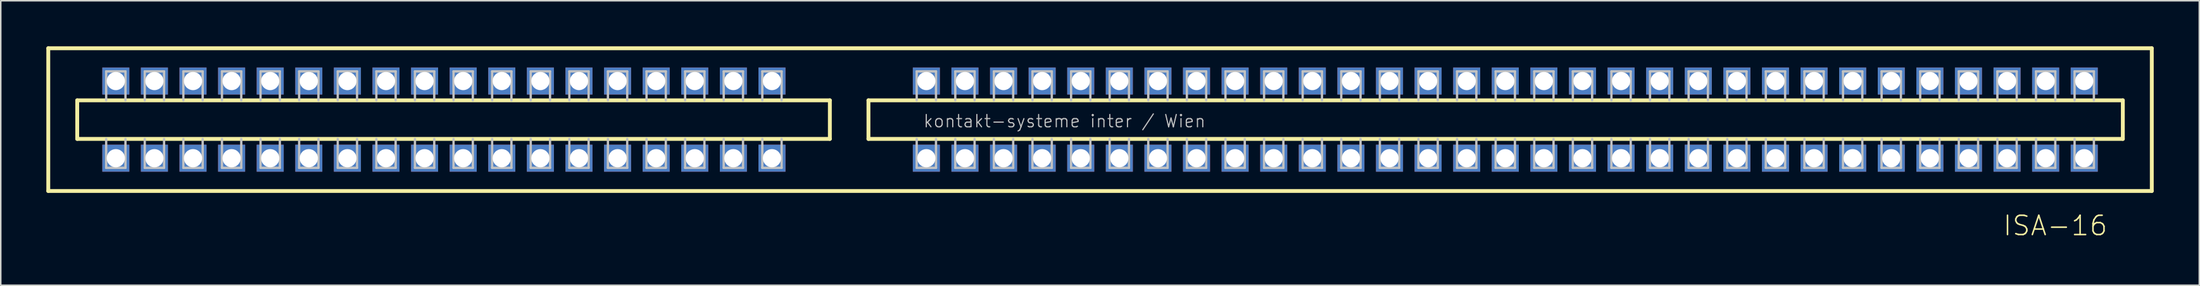
<source format=kicad_pcb>
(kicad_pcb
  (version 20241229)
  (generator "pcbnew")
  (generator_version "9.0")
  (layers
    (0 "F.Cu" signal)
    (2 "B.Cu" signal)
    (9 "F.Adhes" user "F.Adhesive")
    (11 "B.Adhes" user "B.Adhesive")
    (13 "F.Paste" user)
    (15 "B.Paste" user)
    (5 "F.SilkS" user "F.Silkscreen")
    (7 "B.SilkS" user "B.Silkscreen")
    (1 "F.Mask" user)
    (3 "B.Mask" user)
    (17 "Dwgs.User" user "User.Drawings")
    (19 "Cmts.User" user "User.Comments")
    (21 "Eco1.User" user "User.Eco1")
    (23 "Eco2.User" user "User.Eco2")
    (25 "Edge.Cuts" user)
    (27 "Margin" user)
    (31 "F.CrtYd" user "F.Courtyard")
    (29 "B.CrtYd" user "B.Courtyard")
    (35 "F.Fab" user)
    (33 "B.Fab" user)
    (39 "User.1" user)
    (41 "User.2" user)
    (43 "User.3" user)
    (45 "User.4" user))
  (footprint "ISA-16"
    (layer "F.Cu")
    (at 52.832 4.826)
    (property "Reference" "ISA-16" (at 79.375 6.985 0) (layer "F.SilkS") (effects (font (size 1.27 1.27) (thickness 0.102))))
    (attr exclude_from_pos_files exclude_from_bom)
    (fp_line (start -52.705 -4.699) (end -52.705 4.699) (stroke (width 0.254) (type solid)) (layer "F.SilkS"))
    (fp_line (start -52.705 4.699) (end 85.725 4.699) (stroke (width 0.254) (type solid)) (layer "F.SilkS"))
    (fp_line (start -50.8 -1.27) (end -50.8 1.27) (stroke (width 0.254) (type solid)) (layer "F.SilkS"))
    (fp_line (start -50.8 1.27) (end -1.27 1.27) (stroke (width 0.254) (type solid)) (layer "F.SilkS"))
    (fp_line (start -1.27 -1.27) (end -50.8 -1.27) (stroke (width 0.254) (type solid)) (layer "F.SilkS"))
    (fp_line (start -1.27 -1.27) (end -1.27 1.27) (stroke (width 0.254) (type solid)) (layer "F.SilkS"))
    (fp_line (start 1.27 -1.27) (end 1.27 1.27) (stroke (width 0.254) (type solid)) (layer "F.SilkS"))
    (fp_line (start 1.27 1.27) (end 83.82 1.27) (stroke (width 0.254) (type solid)) (layer "F.SilkS"))
    (fp_line (start 83.82 -1.27) (end 1.27 -1.27) (stroke (width 0.254) (type solid)) (layer "F.SilkS"))
    (fp_line (start 83.82 1.27) (end 83.82 -1.27) (stroke (width 0.254) (type solid)) (layer "F.SilkS"))
    (fp_line (start 85.725 -4.699) (end -52.705 -4.699) (stroke (width 0.254) (type solid)) (layer "F.SilkS"))
    (fp_line (start 85.725 4.699) (end 85.725 -4.699) (stroke (width 0.254) (type solid)) (layer "F.SilkS"))
    (fp_line (start -48.895 -3.175) (end -48.895 -1.27) (stroke (width 0.152) (type solid)) (layer "Dwgs.User"))
    (fp_line (start -48.895 1.27) (end -48.895 3.175) (stroke (width 0.152) (type solid)) (layer "Dwgs.User"))
    (fp_line (start -48.895 3.175) (end -47.625 3.175) (stroke (width 0.152) (type solid)) (layer "Dwgs.User"))
    (fp_line (start -47.625 -3.175) (end -48.895 -3.175) (stroke (width 0.152) (type solid)) (layer "Dwgs.User"))
    (fp_line (start -47.625 -1.27) (end -47.625 -3.175) (stroke (width 0.152) (type solid)) (layer "Dwgs.User"))
    (fp_line (start -47.625 3.175) (end -47.625 1.27) (stroke (width 0.152) (type solid)) (layer "Dwgs.User"))
    (fp_line (start -46.355 -3.175) (end -46.355 -1.27) (stroke (width 0.152) (type solid)) (layer "Dwgs.User"))
    (fp_line (start -46.355 1.27) (end -46.355 3.175) (stroke (width 0.152) (type solid)) (layer "Dwgs.User"))
    (fp_line (start -46.355 3.175) (end -45.085 3.175) (stroke (width 0.152) (type solid)) (layer "Dwgs.User"))
    (fp_line (start -45.085 -3.175) (end -46.355 -3.175) (stroke (width 0.152) (type solid)) (layer "Dwgs.User"))
    (fp_line (start -45.085 -1.27) (end -45.085 -3.175) (stroke (width 0.152) (type solid)) (layer "Dwgs.User"))
    (fp_line (start -45.085 3.175) (end -45.085 1.27) (stroke (width 0.152) (type solid)) (layer "Dwgs.User"))
    (fp_line (start -43.815 -3.175) (end -43.815 -1.27) (stroke (width 0.152) (type solid)) (layer "Dwgs.User"))
    (fp_line (start -43.815 1.27) (end -43.815 3.175) (stroke (width 0.152) (type solid)) (layer "Dwgs.User"))
    (fp_line (start -43.815 3.175) (end -42.545 3.175) (stroke (width 0.152) (type solid)) (layer "Dwgs.User"))
    (fp_line (start -42.545 -3.175) (end -43.815 -3.175) (stroke (width 0.152) (type solid)) (layer "Dwgs.User"))
    (fp_line (start -42.545 -1.27) (end -42.545 -3.175) (stroke (width 0.152) (type solid)) (layer "Dwgs.User"))
    (fp_line (start -42.545 3.175) (end -42.545 1.27) (stroke (width 0.152) (type solid)) (layer "Dwgs.User"))
    (fp_line (start -41.275 -3.175) (end -41.275 -1.27) (stroke (width 0.152) (type solid)) (layer "Dwgs.User"))
    (fp_line (start -41.275 1.27) (end -41.275 3.175) (stroke (width 0.152) (type solid)) (layer "Dwgs.User"))
    (fp_line (start -41.275 3.175) (end -40.005 3.175) (stroke (width 0.152) (type solid)) (layer "Dwgs.User"))
    (fp_line (start -40.005 -3.175) (end -41.275 -3.175) (stroke (width 0.152) (type solid)) (layer "Dwgs.User"))
    (fp_line (start -40.005 -1.27) (end -40.005 -3.175) (stroke (width 0.152) (type solid)) (layer "Dwgs.User"))
    (fp_line (start -40.005 3.175) (end -40.005 1.27) (stroke (width 0.152) (type solid)) (layer "Dwgs.User"))
    (fp_line (start -38.735 -3.175) (end -38.735 -1.27) (stroke (width 0.152) (type solid)) (layer "Dwgs.User"))
    (fp_line (start -38.735 1.27) (end -38.735 3.175) (stroke (width 0.152) (type solid)) (layer "Dwgs.User"))
    (fp_line (start -38.735 3.175) (end -37.465 3.175) (stroke (width 0.152) (type solid)) (layer "Dwgs.User"))
    (fp_line (start -37.465 -3.175) (end -38.735 -3.175) (stroke (width 0.152) (type solid)) (layer "Dwgs.User"))
    (fp_line (start -37.465 -1.27) (end -37.465 -3.175) (stroke (width 0.152) (type solid)) (layer "Dwgs.User"))
    (fp_line (start -37.465 3.175) (end -37.465 1.27) (stroke (width 0.152) (type solid)) (layer "Dwgs.User"))
    (fp_line (start -36.195 -3.175) (end -36.195 -1.27) (stroke (width 0.152) (type solid)) (layer "Dwgs.User"))
    (fp_line (start -36.195 1.27) (end -36.195 3.175) (stroke (width 0.152) (type solid)) (layer "Dwgs.User"))
    (fp_line (start -36.195 3.175) (end -34.925 3.175) (stroke (width 0.152) (type solid)) (layer "Dwgs.User"))
    (fp_line (start -34.925 -3.175) (end -36.195 -3.175) (stroke (width 0.152) (type solid)) (layer "Dwgs.User"))
    (fp_line (start -34.925 -1.27) (end -34.925 -3.175) (stroke (width 0.152) (type solid)) (layer "Dwgs.User"))
    (fp_line (start -34.925 3.175) (end -34.925 1.27) (stroke (width 0.152) (type solid)) (layer "Dwgs.User"))
    (fp_line (start -33.655 -3.175) (end -33.655 -1.27) (stroke (width 0.152) (type solid)) (layer "Dwgs.User"))
    (fp_line (start -33.655 1.27) (end -33.655 3.175) (stroke (width 0.152) (type solid)) (layer "Dwgs.User"))
    (fp_line (start -33.655 3.175) (end -32.385 3.175) (stroke (width 0.152) (type solid)) (layer "Dwgs.User"))
    (fp_line (start -32.385 -3.175) (end -33.655 -3.175) (stroke (width 0.152) (type solid)) (layer "Dwgs.User"))
    (fp_line (start -32.385 -1.27) (end -32.385 -3.175) (stroke (width 0.152) (type solid)) (layer "Dwgs.User"))
    (fp_line (start -32.385 3.175) (end -32.385 1.27) (stroke (width 0.152) (type solid)) (layer "Dwgs.User"))
    (fp_line (start -31.115 -3.175) (end -31.115 -1.27) (stroke (width 0.152) (type solid)) (layer "Dwgs.User"))
    (fp_line (start -31.115 1.27) (end -31.115 3.175) (stroke (width 0.152) (type solid)) (layer "Dwgs.User"))
    (fp_line (start -31.115 3.175) (end -29.845 3.175) (stroke (width 0.152) (type solid)) (layer "Dwgs.User"))
    (fp_line (start -29.845 -3.175) (end -31.115 -3.175) (stroke (width 0.152) (type solid)) (layer "Dwgs.User"))
    (fp_line (start -29.845 -1.27) (end -29.845 -3.175) (stroke (width 0.152) (type solid)) (layer "Dwgs.User"))
    (fp_line (start -29.845 3.175) (end -29.845 1.27) (stroke (width 0.152) (type solid)) (layer "Dwgs.User"))
    (fp_line (start -28.575 -3.175) (end -28.575 -1.27) (stroke (width 0.152) (type solid)) (layer "Dwgs.User"))
    (fp_line (start -28.575 1.27) (end -28.575 3.175) (stroke (width 0.152) (type solid)) (layer "Dwgs.User"))
    (fp_line (start -28.575 3.175) (end -27.305 3.175) (stroke (width 0.152) (type solid)) (layer "Dwgs.User"))
    (fp_line (start -27.305 -3.175) (end -28.575 -3.175) (stroke (width 0.152) (type solid)) (layer "Dwgs.User"))
    (fp_line (start -27.305 -1.27) (end -27.305 -3.175) (stroke (width 0.152) (type solid)) (layer "Dwgs.User"))
    (fp_line (start -27.305 3.175) (end -27.305 1.27) (stroke (width 0.152) (type solid)) (layer "Dwgs.User"))
    (fp_line (start -26.035 -3.175) (end -26.035 -1.27) (stroke (width 0.152) (type solid)) (layer "Dwgs.User"))
    (fp_line (start -26.035 1.27) (end -26.035 3.175) (stroke (width 0.152) (type solid)) (layer "Dwgs.User"))
    (fp_line (start -26.035 3.175) (end -24.765 3.175) (stroke (width 0.152) (type solid)) (layer "Dwgs.User"))
    (fp_line (start -24.765 -3.175) (end -26.035 -3.175) (stroke (width 0.152) (type solid)) (layer "Dwgs.User"))
    (fp_line (start -24.765 -1.27) (end -24.765 -3.175) (stroke (width 0.152) (type solid)) (layer "Dwgs.User"))
    (fp_line (start -24.765 3.175) (end -24.765 1.27) (stroke (width 0.152) (type solid)) (layer "Dwgs.User"))
    (fp_line (start -23.495 -3.175) (end -23.495 -1.27) (stroke (width 0.152) (type solid)) (layer "Dwgs.User"))
    (fp_line (start -23.495 1.27) (end -23.495 3.175) (stroke (width 0.152) (type solid)) (layer "Dwgs.User"))
    (fp_line (start -23.495 3.175) (end -22.225 3.175) (stroke (width 0.152) (type solid)) (layer "Dwgs.User"))
    (fp_line (start -22.225 -3.175) (end -23.495 -3.175) (stroke (width 0.152) (type solid)) (layer "Dwgs.User"))
    (fp_line (start -22.225 -1.27) (end -22.225 -3.175) (stroke (width 0.152) (type solid)) (layer "Dwgs.User"))
    (fp_line (start -22.225 3.175) (end -22.225 1.27) (stroke (width 0.152) (type solid)) (layer "Dwgs.User"))
    (fp_line (start -20.955 -3.175) (end -20.955 -1.27) (stroke (width 0.152) (type solid)) (layer "Dwgs.User"))
    (fp_line (start -20.955 1.27) (end -20.955 3.175) (stroke (width 0.152) (type solid)) (layer "Dwgs.User"))
    (fp_line (start -20.955 3.175) (end -19.685 3.175) (stroke (width 0.152) (type solid)) (layer "Dwgs.User"))
    (fp_line (start -19.685 -3.175) (end -20.955 -3.175) (stroke (width 0.152) (type solid)) (layer "Dwgs.User"))
    (fp_line (start -19.685 -1.27) (end -19.685 -3.175) (stroke (width 0.152) (type solid)) (layer "Dwgs.User"))
    (fp_line (start -19.685 3.175) (end -19.685 1.27) (stroke (width 0.152) (type solid)) (layer "Dwgs.User"))
    (fp_line (start -18.415 -3.175) (end -18.415 -1.27) (stroke (width 0.152) (type solid)) (layer "Dwgs.User"))
    (fp_line (start -18.415 1.27) (end -18.415 3.175) (stroke (width 0.152) (type solid)) (layer "Dwgs.User"))
    (fp_line (start -18.415 3.175) (end -17.145 3.175) (stroke (width 0.152) (type solid)) (layer "Dwgs.User"))
    (fp_line (start -17.145 -3.175) (end -18.415 -3.175) (stroke (width 0.152) (type solid)) (layer "Dwgs.User"))
    (fp_line (start -17.145 -1.27) (end -17.145 -3.175) (stroke (width 0.152) (type solid)) (layer "Dwgs.User"))
    (fp_line (start -17.145 3.175) (end -17.145 1.27) (stroke (width 0.152) (type solid)) (layer "Dwgs.User"))
    (fp_line (start -15.875 -3.175) (end -15.875 -1.27) (stroke (width 0.152) (type solid)) (layer "Dwgs.User"))
    (fp_line (start -15.875 1.27) (end -15.875 3.175) (stroke (width 0.152) (type solid)) (layer "Dwgs.User"))
    (fp_line (start -15.875 3.175) (end -14.605 3.175) (stroke (width 0.152) (type solid)) (layer "Dwgs.User"))
    (fp_line (start -14.605 -3.175) (end -15.875 -3.175) (stroke (width 0.152) (type solid)) (layer "Dwgs.User"))
    (fp_line (start -14.605 -1.27) (end -14.605 -3.175) (stroke (width 0.152) (type solid)) (layer "Dwgs.User"))
    (fp_line (start -14.605 3.175) (end -14.605 1.27) (stroke (width 0.152) (type solid)) (layer "Dwgs.User"))
    (fp_line (start -13.335 -3.175) (end -13.335 -1.27) (stroke (width 0.152) (type solid)) (layer "Dwgs.User"))
    (fp_line (start -13.335 1.27) (end -13.335 3.175) (stroke (width 0.152) (type solid)) (layer "Dwgs.User"))
    (fp_line (start -13.335 3.175) (end -12.065 3.175) (stroke (width 0.152) (type solid)) (layer "Dwgs.User"))
    (fp_line (start -12.065 -3.175) (end -13.335 -3.175) (stroke (width 0.152) (type solid)) (layer "Dwgs.User"))
    (fp_line (start -12.065 -1.27) (end -12.065 -3.175) (stroke (width 0.152) (type solid)) (layer "Dwgs.User"))
    (fp_line (start -12.065 3.175) (end -12.065 1.27) (stroke (width 0.152) (type solid)) (layer "Dwgs.User"))
    (fp_line (start -10.795 -3.175) (end -10.795 -1.27) (stroke (width 0.152) (type solid)) (layer "Dwgs.User"))
    (fp_line (start -10.795 1.27) (end -10.795 3.175) (stroke (width 0.152) (type solid)) (layer "Dwgs.User"))
    (fp_line (start -10.795 3.175) (end -9.525 3.175) (stroke (width 0.152) (type solid)) (layer "Dwgs.User"))
    (fp_line (start -9.525 -3.175) (end -10.795 -3.175) (stroke (width 0.152) (type solid)) (layer "Dwgs.User"))
    (fp_line (start -9.525 -1.27) (end -9.525 -3.175) (stroke (width 0.152) (type solid)) (layer "Dwgs.User"))
    (fp_line (start -9.525 3.175) (end -9.525 1.27) (stroke (width 0.152) (type solid)) (layer "Dwgs.User"))
    (fp_line (start -8.255 -3.175) (end -8.255 -1.27) (stroke (width 0.152) (type solid)) (layer "Dwgs.User"))
    (fp_line (start -8.255 1.27) (end -8.255 3.175) (stroke (width 0.152) (type solid)) (layer "Dwgs.User"))
    (fp_line (start -8.255 3.175) (end -6.985 3.175) (stroke (width 0.152) (type solid)) (layer "Dwgs.User"))
    (fp_line (start -6.985 -3.175) (end -8.255 -3.175) (stroke (width 0.152) (type solid)) (layer "Dwgs.User"))
    (fp_line (start -6.985 -1.27) (end -6.985 -3.175) (stroke (width 0.152) (type solid)) (layer "Dwgs.User"))
    (fp_line (start -6.985 3.175) (end -6.985 1.27) (stroke (width 0.152) (type solid)) (layer "Dwgs.User"))
    (fp_line (start -5.715 -3.175) (end -5.715 -1.27) (stroke (width 0.152) (type solid)) (layer "Dwgs.User"))
    (fp_line (start -5.715 1.27) (end -5.715 3.175) (stroke (width 0.152) (type solid)) (layer "Dwgs.User"))
    (fp_line (start -5.715 3.175) (end -4.445 3.175) (stroke (width 0.152) (type solid)) (layer "Dwgs.User"))
    (fp_line (start -4.445 -3.175) (end -5.715 -3.175) (stroke (width 0.152) (type solid)) (layer "Dwgs.User"))
    (fp_line (start -4.445 -1.27) (end -4.445 -3.175) (stroke (width 0.152) (type solid)) (layer "Dwgs.User"))
    (fp_line (start -4.445 3.175) (end -4.445 1.27) (stroke (width 0.152) (type solid)) (layer "Dwgs.User"))
    (fp_line (start 4.445 -3.175) (end 4.445 -1.27) (stroke (width 0.152) (type solid)) (layer "Dwgs.User"))
    (fp_line (start 4.445 1.27) (end 4.445 3.175) (stroke (width 0.152) (type solid)) (layer "Dwgs.User"))
    (fp_line (start 4.445 3.175) (end 5.715 3.175) (stroke (width 0.152) (type solid)) (layer "Dwgs.User"))
    (fp_line (start 5.715 -3.175) (end 4.445 -3.175) (stroke (width 0.152) (type solid)) (layer "Dwgs.User"))
    (fp_line (start 5.715 -1.27) (end 5.715 -3.175) (stroke (width 0.152) (type solid)) (layer "Dwgs.User"))
    (fp_line (start 5.715 3.175) (end 5.715 1.27) (stroke (width 0.152) (type solid)) (layer "Dwgs.User"))
    (fp_line (start 6.985 -3.175) (end 6.985 -1.27) (stroke (width 0.152) (type solid)) (layer "Dwgs.User"))
    (fp_line (start 6.985 1.27) (end 6.985 3.175) (stroke (width 0.152) (type solid)) (layer "Dwgs.User"))
    (fp_line (start 6.985 3.175) (end 8.255 3.175) (stroke (width 0.152) (type solid)) (layer "Dwgs.User"))
    (fp_line (start 8.255 -3.175) (end 6.985 -3.175) (stroke (width 0.152) (type solid)) (layer "Dwgs.User"))
    (fp_line (start 8.255 -1.27) (end 8.255 -3.175) (stroke (width 0.152) (type solid)) (layer "Dwgs.User"))
    (fp_line (start 8.255 3.175) (end 8.255 1.27) (stroke (width 0.152) (type solid)) (layer "Dwgs.User"))
    (fp_line (start 9.525 -3.175) (end 9.525 -1.27) (stroke (width 0.152) (type solid)) (layer "Dwgs.User"))
    (fp_line (start 9.525 1.27) (end 9.525 3.175) (stroke (width 0.152) (type solid)) (layer "Dwgs.User"))
    (fp_line (start 9.525 3.175) (end 10.795 3.175) (stroke (width 0.152) (type solid)) (layer "Dwgs.User"))
    (fp_line (start 10.795 -3.175) (end 9.525 -3.175) (stroke (width 0.152) (type solid)) (layer "Dwgs.User"))
    (fp_line (start 10.795 -1.27) (end 10.795 -3.175) (stroke (width 0.152) (type solid)) (layer "Dwgs.User"))
    (fp_line (start 10.795 3.175) (end 10.795 1.27) (stroke (width 0.152) (type solid)) (layer "Dwgs.User"))
    (fp_line (start 12.065 -3.175) (end 12.065 -1.27) (stroke (width 0.152) (type solid)) (layer "Dwgs.User"))
    (fp_line (start 12.065 1.27) (end 12.065 3.175) (stroke (width 0.152) (type solid)) (layer "Dwgs.User"))
    (fp_line (start 12.065 3.175) (end 13.335 3.175) (stroke (width 0.152) (type solid)) (layer "Dwgs.User"))
    (fp_line (start 13.335 -3.175) (end 12.065 -3.175) (stroke (width 0.152) (type solid)) (layer "Dwgs.User"))
    (fp_line (start 13.335 -1.27) (end 13.335 -3.175) (stroke (width 0.152) (type solid)) (layer "Dwgs.User"))
    (fp_line (start 13.335 3.175) (end 13.335 1.27) (stroke (width 0.152) (type solid)) (layer "Dwgs.User"))
    (fp_line (start 14.605 -3.175) (end 14.605 -1.27) (stroke (width 0.152) (type solid)) (layer "Dwgs.User"))
    (fp_line (start 14.605 1.27) (end 14.605 3.175) (stroke (width 0.152) (type solid)) (layer "Dwgs.User"))
    (fp_line (start 14.605 3.175) (end 15.875 3.175) (stroke (width 0.152) (type solid)) (layer "Dwgs.User"))
    (fp_line (start 15.875 -3.175) (end 14.605 -3.175) (stroke (width 0.152) (type solid)) (layer "Dwgs.User"))
    (fp_line (start 15.875 -1.27) (end 15.875 -3.175) (stroke (width 0.152) (type solid)) (layer "Dwgs.User"))
    (fp_line (start 15.875 3.175) (end 15.875 1.27) (stroke (width 0.152) (type solid)) (layer "Dwgs.User"))
    (fp_line (start 17.145 -3.175) (end 17.145 -1.27) (stroke (width 0.152) (type solid)) (layer "Dwgs.User"))
    (fp_line (start 17.145 1.27) (end 17.145 3.175) (stroke (width 0.152) (type solid)) (layer "Dwgs.User"))
    (fp_line (start 17.145 3.175) (end 18.415 3.175) (stroke (width 0.152) (type solid)) (layer "Dwgs.User"))
    (fp_line (start 18.415 -3.175) (end 17.145 -3.175) (stroke (width 0.152) (type solid)) (layer "Dwgs.User"))
    (fp_line (start 18.415 -1.27) (end 18.415 -3.175) (stroke (width 0.152) (type solid)) (layer "Dwgs.User"))
    (fp_line (start 18.415 3.175) (end 18.415 1.27) (stroke (width 0.152) (type solid)) (layer "Dwgs.User"))
    (fp_line (start 19.685 -3.175) (end 19.685 -1.27) (stroke (width 0.152) (type solid)) (layer "Dwgs.User"))
    (fp_line (start 19.685 1.27) (end 19.685 3.175) (stroke (width 0.152) (type solid)) (layer "Dwgs.User"))
    (fp_line (start 19.685 3.175) (end 20.955 3.175) (stroke (width 0.152) (type solid)) (layer "Dwgs.User"))
    (fp_line (start 20.955 -3.175) (end 19.685 -3.175) (stroke (width 0.152) (type solid)) (layer "Dwgs.User"))
    (fp_line (start 20.955 -1.27) (end 20.955 -3.175) (stroke (width 0.152) (type solid)) (layer "Dwgs.User"))
    (fp_line (start 20.955 3.175) (end 20.955 1.27) (stroke (width 0.152) (type solid)) (layer "Dwgs.User"))
    (fp_line (start 22.225 -3.175) (end 22.225 -1.27) (stroke (width 0.152) (type solid)) (layer "Dwgs.User"))
    (fp_line (start 22.225 1.27) (end 22.225 3.175) (stroke (width 0.152) (type solid)) (layer "Dwgs.User"))
    (fp_line (start 22.225 3.175) (end 23.495 3.175) (stroke (width 0.152) (type solid)) (layer "Dwgs.User"))
    (fp_line (start 23.495 -3.175) (end 22.225 -3.175) (stroke (width 0.152) (type solid)) (layer "Dwgs.User"))
    (fp_line (start 23.495 -1.27) (end 23.495 -3.175) (stroke (width 0.152) (type solid)) (layer "Dwgs.User"))
    (fp_line (start 23.495 3.175) (end 23.495 1.27) (stroke (width 0.152) (type solid)) (layer "Dwgs.User"))
    (fp_line (start 24.765 -3.175) (end 24.765 -1.27) (stroke (width 0.152) (type solid)) (layer "Dwgs.User"))
    (fp_line (start 24.765 1.27) (end 24.765 3.175) (stroke (width 0.152) (type solid)) (layer "Dwgs.User"))
    (fp_line (start 24.765 3.175) (end 26.035 3.175) (stroke (width 0.152) (type solid)) (layer "Dwgs.User"))
    (fp_line (start 26.035 -3.175) (end 24.765 -3.175) (stroke (width 0.152) (type solid)) (layer "Dwgs.User"))
    (fp_line (start 26.035 -1.27) (end 26.035 -3.175) (stroke (width 0.152) (type solid)) (layer "Dwgs.User"))
    (fp_line (start 26.035 3.175) (end 26.035 1.27) (stroke (width 0.152) (type solid)) (layer "Dwgs.User"))
    (fp_line (start 27.305 -3.175) (end 27.305 -1.27) (stroke (width 0.152) (type solid)) (layer "Dwgs.User"))
    (fp_line (start 27.305 1.27) (end 27.305 3.175) (stroke (width 0.152) (type solid)) (layer "Dwgs.User"))
    (fp_line (start 27.305 3.175) (end 28.575 3.175) (stroke (width 0.152) (type solid)) (layer "Dwgs.User"))
    (fp_line (start 28.575 -3.175) (end 27.305 -3.175) (stroke (width 0.152) (type solid)) (layer "Dwgs.User"))
    (fp_line (start 28.575 -1.27) (end 28.575 -3.175) (stroke (width 0.152) (type solid)) (layer "Dwgs.User"))
    (fp_line (start 28.575 3.175) (end 28.575 1.27) (stroke (width 0.152) (type solid)) (layer "Dwgs.User"))
    (fp_line (start 29.845 -3.175) (end 29.845 -1.27) (stroke (width 0.152) (type solid)) (layer "Dwgs.User"))
    (fp_line (start 29.845 1.27) (end 29.845 3.175) (stroke (width 0.152) (type solid)) (layer "Dwgs.User"))
    (fp_line (start 29.845 3.175) (end 31.115 3.175) (stroke (width 0.152) (type solid)) (layer "Dwgs.User"))
    (fp_line (start 31.115 -3.175) (end 29.845 -3.175) (stroke (width 0.152) (type solid)) (layer "Dwgs.User"))
    (fp_line (start 31.115 -1.27) (end 31.115 -3.175) (stroke (width 0.152) (type solid)) (layer "Dwgs.User"))
    (fp_line (start 31.115 3.175) (end 31.115 1.27) (stroke (width 0.152) (type solid)) (layer "Dwgs.User"))
    (fp_line (start 32.385 -3.175) (end 32.385 -1.27) (stroke (width 0.152) (type solid)) (layer "Dwgs.User"))
    (fp_line (start 32.385 1.27) (end 32.385 3.175) (stroke (width 0.152) (type solid)) (layer "Dwgs.User"))
    (fp_line (start 32.385 3.175) (end 33.655 3.175) (stroke (width 0.152) (type solid)) (layer "Dwgs.User"))
    (fp_line (start 33.655 -3.175) (end 32.385 -3.175) (stroke (width 0.152) (type solid)) (layer "Dwgs.User"))
    (fp_line (start 33.655 -1.27) (end 33.655 -3.175) (stroke (width 0.152) (type solid)) (layer "Dwgs.User"))
    (fp_line (start 33.655 3.175) (end 33.655 1.27) (stroke (width 0.152) (type solid)) (layer "Dwgs.User"))
    (fp_line (start 34.925 -3.175) (end 34.925 -1.27) (stroke (width 0.152) (type solid)) (layer "Dwgs.User"))
    (fp_line (start 34.925 1.27) (end 34.925 3.175) (stroke (width 0.152) (type solid)) (layer "Dwgs.User"))
    (fp_line (start 34.925 3.175) (end 36.195 3.175) (stroke (width 0.152) (type solid)) (layer "Dwgs.User"))
    (fp_line (start 36.195 -3.175) (end 34.925 -3.175) (stroke (width 0.152) (type solid)) (layer "Dwgs.User"))
    (fp_line (start 36.195 -1.27) (end 36.195 -3.175) (stroke (width 0.152) (type solid)) (layer "Dwgs.User"))
    (fp_line (start 36.195 3.175) (end 36.195 1.27) (stroke (width 0.152) (type solid)) (layer "Dwgs.User"))
    (fp_line (start 37.465 -3.175) (end 37.465 -1.27) (stroke (width 0.152) (type solid)) (layer "Dwgs.User"))
    (fp_line (start 37.465 1.27) (end 37.465 3.175) (stroke (width 0.152) (type solid)) (layer "Dwgs.User"))
    (fp_line (start 37.465 3.175) (end 38.735 3.175) (stroke (width 0.152) (type solid)) (layer "Dwgs.User"))
    (fp_line (start 38.735 -3.175) (end 37.465 -3.175) (stroke (width 0.152) (type solid)) (layer "Dwgs.User"))
    (fp_line (start 38.735 -1.27) (end 38.735 -3.175) (stroke (width 0.152) (type solid)) (layer "Dwgs.User"))
    (fp_line (start 38.735 3.175) (end 38.735 1.27) (stroke (width 0.152) (type solid)) (layer "Dwgs.User"))
    (fp_line (start 40.005 -3.175) (end 40.005 -1.27) (stroke (width 0.152) (type solid)) (layer "Dwgs.User"))
    (fp_line (start 40.005 1.27) (end 40.005 3.175) (stroke (width 0.152) (type solid)) (layer "Dwgs.User"))
    (fp_line (start 40.005 3.175) (end 41.275 3.175) (stroke (width 0.152) (type solid)) (layer "Dwgs.User"))
    (fp_line (start 41.275 -3.175) (end 40.005 -3.175) (stroke (width 0.152) (type solid)) (layer "Dwgs.User"))
    (fp_line (start 41.275 -1.27) (end 41.275 -3.175) (stroke (width 0.152) (type solid)) (layer "Dwgs.User"))
    (fp_line (start 41.275 3.175) (end 41.275 1.27) (stroke (width 0.152) (type solid)) (layer "Dwgs.User"))
    (fp_line (start 42.545 -3.175) (end 42.545 -1.27) (stroke (width 0.152) (type solid)) (layer "Dwgs.User"))
    (fp_line (start 42.545 1.27) (end 42.545 3.175) (stroke (width 0.152) (type solid)) (layer "Dwgs.User"))
    (fp_line (start 42.545 3.175) (end 43.815 3.175) (stroke (width 0.152) (type solid)) (layer "Dwgs.User"))
    (fp_line (start 43.815 -3.175) (end 42.545 -3.175) (stroke (width 0.152) (type solid)) (layer "Dwgs.User"))
    (fp_line (start 43.815 -1.27) (end 43.815 -3.175) (stroke (width 0.152) (type solid)) (layer "Dwgs.User"))
    (fp_line (start 43.815 3.175) (end 43.815 1.27) (stroke (width 0.152) (type solid)) (layer "Dwgs.User"))
    (fp_line (start 45.085 -3.175) (end 45.085 -1.27) (stroke (width 0.152) (type solid)) (layer "Dwgs.User"))
    (fp_line (start 45.085 1.27) (end 45.085 3.175) (stroke (width 0.152) (type solid)) (layer "Dwgs.User"))
    (fp_line (start 45.085 3.175) (end 46.355 3.175) (stroke (width 0.152) (type solid)) (layer "Dwgs.User"))
    (fp_line (start 46.355 -3.175) (end 45.085 -3.175) (stroke (width 0.152) (type solid)) (layer "Dwgs.User"))
    (fp_line (start 46.355 -1.27) (end 46.355 -3.175) (stroke (width 0.152) (type solid)) (layer "Dwgs.User"))
    (fp_line (start 46.355 3.175) (end 46.355 1.27) (stroke (width 0.152) (type solid)) (layer "Dwgs.User"))
    (fp_line (start 47.625 -3.175) (end 47.625 -1.27) (stroke (width 0.152) (type solid)) (layer "Dwgs.User"))
    (fp_line (start 47.625 1.27) (end 47.625 3.175) (stroke (width 0.152) (type solid)) (layer "Dwgs.User"))
    (fp_line (start 47.625 3.175) (end 48.895 3.175) (stroke (width 0.152) (type solid)) (layer "Dwgs.User"))
    (fp_line (start 48.895 -3.175) (end 47.625 -3.175) (stroke (width 0.152) (type solid)) (layer "Dwgs.User"))
    (fp_line (start 48.895 -1.27) (end 48.895 -3.175) (stroke (width 0.152) (type solid)) (layer "Dwgs.User"))
    (fp_line (start 48.895 3.175) (end 48.895 1.27) (stroke (width 0.152) (type solid)) (layer "Dwgs.User"))
    (fp_line (start 50.165 -3.175) (end 50.165 -1.27) (stroke (width 0.152) (type solid)) (layer "Dwgs.User"))
    (fp_line (start 50.165 1.27) (end 50.165 3.175) (stroke (width 0.152) (type solid)) (layer "Dwgs.User"))
    (fp_line (start 50.165 3.175) (end 51.435 3.175) (stroke (width 0.152) (type solid)) (layer "Dwgs.User"))
    (fp_line (start 51.435 -3.175) (end 50.165 -3.175) (stroke (width 0.152) (type solid)) (layer "Dwgs.User"))
    (fp_line (start 51.435 -1.27) (end 51.435 -3.175) (stroke (width 0.152) (type solid)) (layer "Dwgs.User"))
    (fp_line (start 51.435 3.175) (end 51.435 1.27) (stroke (width 0.152) (type solid)) (layer "Dwgs.User"))
    (fp_line (start 52.705 -3.175) (end 52.705 -1.27) (stroke (width 0.152) (type solid)) (layer "Dwgs.User"))
    (fp_line (start 52.705 1.27) (end 52.705 3.175) (stroke (width 0.152) (type solid)) (layer "Dwgs.User"))
    (fp_line (start 52.705 3.175) (end 53.975 3.175) (stroke (width 0.152) (type solid)) (layer "Dwgs.User"))
    (fp_line (start 53.975 -3.175) (end 52.705 -3.175) (stroke (width 0.152) (type solid)) (layer "Dwgs.User"))
    (fp_line (start 53.975 -1.27) (end 53.975 -3.175) (stroke (width 0.152) (type solid)) (layer "Dwgs.User"))
    (fp_line (start 53.975 3.175) (end 53.975 1.27) (stroke (width 0.152) (type solid)) (layer "Dwgs.User"))
    (fp_line (start 55.245 -3.175) (end 55.245 -1.27) (stroke (width 0.152) (type solid)) (layer "Dwgs.User"))
    (fp_line (start 55.245 1.27) (end 55.245 3.175) (stroke (width 0.152) (type solid)) (layer "Dwgs.User"))
    (fp_line (start 55.245 3.175) (end 56.515 3.175) (stroke (width 0.152) (type solid)) (layer "Dwgs.User"))
    (fp_line (start 56.515 -3.175) (end 55.245 -3.175) (stroke (width 0.152) (type solid)) (layer "Dwgs.User"))
    (fp_line (start 56.515 -1.27) (end 56.515 -3.175) (stroke (width 0.152) (type solid)) (layer "Dwgs.User"))
    (fp_line (start 56.515 3.175) (end 56.515 1.27) (stroke (width 0.152) (type solid)) (layer "Dwgs.User"))
    (fp_line (start 57.785 -3.175) (end 57.785 -1.27) (stroke (width 0.152) (type solid)) (layer "Dwgs.User"))
    (fp_line (start 57.785 1.27) (end 57.785 3.175) (stroke (width 0.152) (type solid)) (layer "Dwgs.User"))
    (fp_line (start 57.785 3.175) (end 59.055 3.175) (stroke (width 0.152) (type solid)) (layer "Dwgs.User"))
    (fp_line (start 59.055 -3.175) (end 57.785 -3.175) (stroke (width 0.152) (type solid)) (layer "Dwgs.User"))
    (fp_line (start 59.055 -1.27) (end 59.055 -3.175) (stroke (width 0.152) (type solid)) (layer "Dwgs.User"))
    (fp_line (start 59.055 3.175) (end 59.055 1.27) (stroke (width 0.152) (type solid)) (layer "Dwgs.User"))
    (fp_line (start 60.325 -3.175) (end 60.325 -1.27) (stroke (width 0.152) (type solid)) (layer "Dwgs.User"))
    (fp_line (start 60.325 1.27) (end 60.325 3.175) (stroke (width 0.152) (type solid)) (layer "Dwgs.User"))
    (fp_line (start 60.325 3.175) (end 61.595 3.175) (stroke (width 0.152) (type solid)) (layer "Dwgs.User"))
    (fp_line (start 61.595 -3.175) (end 60.325 -3.175) (stroke (width 0.152) (type solid)) (layer "Dwgs.User"))
    (fp_line (start 61.595 -1.27) (end 61.595 -3.175) (stroke (width 0.152) (type solid)) (layer "Dwgs.User"))
    (fp_line (start 61.595 3.175) (end 61.595 1.27) (stroke (width 0.152) (type solid)) (layer "Dwgs.User"))
    (fp_line (start 62.865 -3.175) (end 62.865 -1.27) (stroke (width 0.152) (type solid)) (layer "Dwgs.User"))
    (fp_line (start 62.865 1.27) (end 62.865 3.175) (stroke (width 0.152) (type solid)) (layer "Dwgs.User"))
    (fp_line (start 62.865 3.175) (end 64.135 3.175) (stroke (width 0.152) (type solid)) (layer "Dwgs.User"))
    (fp_line (start 64.135 -3.175) (end 62.865 -3.175) (stroke (width 0.152) (type solid)) (layer "Dwgs.User"))
    (fp_line (start 64.135 -1.27) (end 64.135 -3.175) (stroke (width 0.152) (type solid)) (layer "Dwgs.User"))
    (fp_line (start 64.135 3.175) (end 64.135 1.27) (stroke (width 0.152) (type solid)) (layer "Dwgs.User"))
    (fp_line (start 65.405 -3.175) (end 65.405 -1.27) (stroke (width 0.152) (type solid)) (layer "Dwgs.User"))
    (fp_line (start 65.405 1.27) (end 65.405 3.175) (stroke (width 0.152) (type solid)) (layer "Dwgs.User"))
    (fp_line (start 65.405 3.175) (end 66.675 3.175) (stroke (width 0.152) (type solid)) (layer "Dwgs.User"))
    (fp_line (start 66.675 -3.175) (end 65.405 -3.175) (stroke (width 0.152) (type solid)) (layer "Dwgs.User"))
    (fp_line (start 66.675 -1.27) (end 66.675 -3.175) (stroke (width 0.152) (type solid)) (layer "Dwgs.User"))
    (fp_line (start 66.675 3.175) (end 66.675 1.27) (stroke (width 0.152) (type solid)) (layer "Dwgs.User"))
    (fp_line (start 67.945 -3.175) (end 67.945 -1.27) (stroke (width 0.152) (type solid)) (layer "Dwgs.User"))
    (fp_line (start 67.945 1.27) (end 67.945 3.175) (stroke (width 0.152) (type solid)) (layer "Dwgs.User"))
    (fp_line (start 67.945 3.175) (end 69.215 3.175) (stroke (width 0.152) (type solid)) (layer "Dwgs.User"))
    (fp_line (start 69.215 -3.175) (end 67.945 -3.175) (stroke (width 0.152) (type solid)) (layer "Dwgs.User"))
    (fp_line (start 69.215 -1.27) (end 69.215 -3.175) (stroke (width 0.152) (type solid)) (layer "Dwgs.User"))
    (fp_line (start 69.215 3.175) (end 69.215 1.27) (stroke (width 0.152) (type solid)) (layer "Dwgs.User"))
    (fp_line (start 70.485 -3.175) (end 70.485 -1.27) (stroke (width 0.152) (type solid)) (layer "Dwgs.User"))
    (fp_line (start 70.485 1.27) (end 70.485 3.175) (stroke (width 0.152) (type solid)) (layer "Dwgs.User"))
    (fp_line (start 70.485 3.175) (end 71.755 3.175) (stroke (width 0.152) (type solid)) (layer "Dwgs.User"))
    (fp_line (start 71.755 -3.175) (end 70.485 -3.175) (stroke (width 0.152) (type solid)) (layer "Dwgs.User"))
    (fp_line (start 71.755 -1.27) (end 71.755 -3.175) (stroke (width 0.152) (type solid)) (layer "Dwgs.User"))
    (fp_line (start 71.755 3.175) (end 71.755 1.27) (stroke (width 0.152) (type solid)) (layer "Dwgs.User"))
    (fp_line (start 73.025 -3.175) (end 73.025 -1.27) (stroke (width 0.152) (type solid)) (layer "Dwgs.User"))
    (fp_line (start 73.025 1.27) (end 73.025 3.175) (stroke (width 0.152) (type solid)) (layer "Dwgs.User"))
    (fp_line (start 73.025 3.175) (end 74.295 3.175) (stroke (width 0.152) (type solid)) (layer "Dwgs.User"))
    (fp_line (start 74.295 -3.175) (end 73.025 -3.175) (stroke (width 0.152) (type solid)) (layer "Dwgs.User"))
    (fp_line (start 74.295 -1.27) (end 74.295 -3.175) (stroke (width 0.152) (type solid)) (layer "Dwgs.User"))
    (fp_line (start 74.295 3.175) (end 74.295 1.27) (stroke (width 0.152) (type solid)) (layer "Dwgs.User"))
    (fp_line (start 75.565 -3.175) (end 75.565 -1.27) (stroke (width 0.152) (type solid)) (layer "Dwgs.User"))
    (fp_line (start 75.565 1.27) (end 75.565 3.175) (stroke (width 0.152) (type solid)) (layer "Dwgs.User"))
    (fp_line (start 75.565 3.175) (end 76.835 3.175) (stroke (width 0.152) (type solid)) (layer "Dwgs.User"))
    (fp_line (start 76.835 -3.175) (end 75.565 -3.175) (stroke (width 0.152) (type solid)) (layer "Dwgs.User"))
    (fp_line (start 76.835 -1.27) (end 76.835 -3.175) (stroke (width 0.152) (type solid)) (layer "Dwgs.User"))
    (fp_line (start 76.835 3.175) (end 76.835 1.27) (stroke (width 0.152) (type solid)) (layer "Dwgs.User"))
    (fp_line (start 78.105 -3.175) (end 78.105 -1.27) (stroke (width 0.152) (type solid)) (layer "Dwgs.User"))
    (fp_line (start 78.105 1.27) (end 78.105 3.175) (stroke (width 0.152) (type solid)) (layer "Dwgs.User"))
    (fp_line (start 78.105 3.175) (end 79.375 3.175) (stroke (width 0.152) (type solid)) (layer "Dwgs.User"))
    (fp_line (start 79.375 -3.175) (end 78.105 -3.175) (stroke (width 0.152) (type solid)) (layer "Dwgs.User"))
    (fp_line (start 79.375 -1.27) (end 79.375 -3.175) (stroke (width 0.152) (type solid)) (layer "Dwgs.User"))
    (fp_line (start 79.375 3.175) (end 79.375 1.27) (stroke (width 0.152) (type solid)) (layer "Dwgs.User"))
    (fp_line (start 80.645 -3.175) (end 80.645 -1.27) (stroke (width 0.152) (type solid)) (layer "Dwgs.User"))
    (fp_line (start 80.645 1.27) (end 80.645 3.175) (stroke (width 0.152) (type solid)) (layer "Dwgs.User"))
    (fp_line (start 80.645 3.175) (end 81.915 3.175) (stroke (width 0.152) (type solid)) (layer "Dwgs.User"))
    (fp_line (start 81.915 -3.175) (end 80.645 -3.175) (stroke (width 0.152) (type solid)) (layer "Dwgs.User"))
    (fp_line (start 81.915 -1.27) (end 81.915 -3.175) (stroke (width 0.152) (type solid)) (layer "Dwgs.User"))
    (fp_line (start 81.915 3.175) (end 81.915 1.27) (stroke (width 0.152) (type solid)) (layer "Dwgs.User"))
    (fp_text user "kontakt-systeme inter / Wien" (at 14.173 0.102 0) (layer "Dwgs.User") (effects (font (size 0.813 0.813) (thickness 0.076))))
    (pad "A1" thru_hole rect (at 81.28 2.54) (size 1.778 1.778) (drill 1.199) (layers "*.Cu" "*.Paste" "*.Mask"))
    (pad "A2" thru_hole rect (at 78.74 2.54) (size 1.778 1.778) (drill 1.199) (layers "*.Cu" "*.Paste" "*.Mask"))
    (pad "A3" thru_hole rect (at 76.2 2.54) (size 1.778 1.778) (drill 1.199) (layers "*.Cu" "*.Paste" "*.Mask"))
    (pad "A4" thru_hole rect (at 73.66 2.54) (size 1.778 1.778) (drill 1.199) (layers "*.Cu" "*.Paste" "*.Mask"))
    (pad "A5" thru_hole rect (at 71.12 2.54) (size 1.778 1.778) (drill 1.199) (layers "*.Cu" "*.Paste" "*.Mask"))
    (pad "A6" thru_hole rect (at 68.58 2.54) (size 1.778 1.778) (drill 1.199) (layers "*.Cu" "*.Paste" "*.Mask"))
    (pad "A7" thru_hole rect (at 66.04 2.54) (size 1.778 1.778) (drill 1.199) (layers "*.Cu" "*.Paste" "*.Mask"))
    (pad "A8" thru_hole rect (at 63.5 2.54) (size 1.778 1.778) (drill 1.199) (layers "*.Cu" "*.Paste" "*.Mask"))
    (pad "A9" thru_hole rect (at 60.96 2.54) (size 1.778 1.778) (drill 1.199) (layers "*.Cu" "*.Paste" "*.Mask"))
    (pad "A10" thru_hole rect (at 58.42 2.54) (size 1.778 1.778) (drill 1.199) (layers "*.Cu" "*.Paste" "*.Mask"))
    (pad "A11" thru_hole rect (at 55.88 2.54) (size 1.778 1.778) (drill 1.199) (layers "*.Cu" "*.Paste" "*.Mask"))
    (pad "A12" thru_hole rect (at 53.34 2.54) (size 1.778 1.778) (drill 1.199) (layers "*.Cu" "*.Paste" "*.Mask"))
    (pad "A13" thru_hole rect (at 50.8 2.54) (size 1.778 1.778) (drill 1.199) (layers "*.Cu" "*.Paste" "*.Mask"))
    (pad "A14" thru_hole rect (at 48.26 2.54) (size 1.778 1.778) (drill 1.199) (layers "*.Cu" "*.Paste" "*.Mask"))
    (pad "A15" thru_hole rect (at 45.72 2.54) (size 1.778 1.778) (drill 1.199) (layers "*.Cu" "*.Paste" "*.Mask"))
    (pad "A16" thru_hole rect (at 43.18 2.54) (size 1.778 1.778) (drill 1.199) (layers "*.Cu" "*.Paste" "*.Mask"))
    (pad "A17" thru_hole rect (at 40.64 2.54) (size 1.778 1.778) (drill 1.199) (layers "*.Cu" "*.Paste" "*.Mask"))
    (pad "A18" thru_hole rect (at 38.1 2.54) (size 1.778 1.778) (drill 1.199) (layers "*.Cu" "*.Paste" "*.Mask"))
    (pad "A19" thru_hole rect (at 35.56 2.54) (size 1.778 1.778) (drill 1.199) (layers "*.Cu" "*.Paste" "*.Mask"))
    (pad "A20" thru_hole rect (at 33.02 2.54) (size 1.778 1.778) (drill 1.199) (layers "*.Cu" "*.Paste" "*.Mask"))
    (pad "A21" thru_hole rect (at 30.48 2.54) (size 1.778 1.778) (drill 1.199) (layers "*.Cu" "*.Paste" "*.Mask"))
    (pad "A22" thru_hole rect (at 27.94 2.54) (size 1.778 1.778) (drill 1.199) (layers "*.Cu" "*.Paste" "*.Mask"))
    (pad "A23" thru_hole rect (at 25.4 2.54) (size 1.778 1.778) (drill 1.199) (layers "*.Cu" "*.Paste" "*.Mask"))
    (pad "A24" thru_hole rect (at 22.86 2.54) (size 1.778 1.778) (drill 1.199) (layers "*.Cu" "*.Paste" "*.Mask"))
    (pad "A25" thru_hole rect (at 20.32 2.54) (size 1.778 1.778) (drill 1.199) (layers "*.Cu" "*.Paste" "*.Mask"))
    (pad "A26" thru_hole rect (at 17.78 2.54) (size 1.778 1.778) (drill 1.199) (layers "*.Cu" "*.Paste" "*.Mask"))
    (pad "A27" thru_hole rect (at 15.24 2.54) (size 1.778 1.778) (drill 1.199) (layers "*.Cu" "*.Paste" "*.Mask"))
    (pad "A28" thru_hole rect (at 12.7 2.54) (size 1.778 1.778) (drill 1.199) (layers "*.Cu" "*.Paste" "*.Mask"))
    (pad "A29" thru_hole rect (at 10.16 2.54) (size 1.778 1.778) (drill 1.199) (layers "*.Cu" "*.Paste" "*.Mask"))
    (pad "A30" thru_hole rect (at 7.62 2.54) (size 1.778 1.778) (drill 1.199) (layers "*.Cu" "*.Paste" "*.Mask"))
    (pad "A31" thru_hole rect (at 5.08 2.54) (size 1.778 1.778) (drill 1.199) (layers "*.Cu" "*.Paste" "*.Mask"))
    (pad "B1" thru_hole rect (at 81.28 -2.54) (size 1.778 1.778) (drill 1.199) (layers "*.Cu" "*.Paste" "*.Mask"))
    (pad "B2" thru_hole rect (at 78.74 -2.54) (size 1.778 1.778) (drill 1.199) (layers "*.Cu" "*.Paste" "*.Mask"))
    (pad "B3" thru_hole rect (at 76.2 -2.54) (size 1.778 1.778) (drill 1.199) (layers "*.Cu" "*.Paste" "*.Mask"))
    (pad "B4" thru_hole rect (at 73.66 -2.54) (size 1.778 1.778) (drill 1.199) (layers "*.Cu" "*.Paste" "*.Mask"))
    (pad "B5" thru_hole rect (at 71.12 -2.54) (size 1.778 1.778) (drill 1.199) (layers "*.Cu" "*.Paste" "*.Mask"))
    (pad "B6" thru_hole rect (at 68.58 -2.54) (size 1.778 1.778) (drill 1.199) (layers "*.Cu" "*.Paste" "*.Mask"))
    (pad "B7" thru_hole rect (at 66.04 -2.54) (size 1.778 1.778) (drill 1.199) (layers "*.Cu" "*.Paste" "*.Mask"))
    (pad "B8" thru_hole rect (at 63.5 -2.54) (size 1.778 1.778) (drill 1.199) (layers "*.Cu" "*.Paste" "*.Mask"))
    (pad "B9" thru_hole rect (at 60.96 -2.54) (size 1.778 1.778) (drill 1.199) (layers "*.Cu" "*.Paste" "*.Mask"))
    (pad "B10" thru_hole rect (at 58.42 -2.54) (size 1.778 1.778) (drill 1.199) (layers "*.Cu" "*.Paste" "*.Mask"))
    (pad "B11" thru_hole rect (at 55.88 -2.54) (size 1.778 1.778) (drill 1.199) (layers "*.Cu" "*.Paste" "*.Mask"))
    (pad "B12" thru_hole rect (at 53.34 -2.54) (size 1.778 1.778) (drill 1.199) (layers "*.Cu" "*.Paste" "*.Mask"))
    (pad "B13" thru_hole rect (at 50.8 -2.54) (size 1.778 1.778) (drill 1.199) (layers "*.Cu" "*.Paste" "*.Mask"))
    (pad "B14" thru_hole rect (at 48.26 -2.54) (size 1.778 1.778) (drill 1.199) (layers "*.Cu" "*.Paste" "*.Mask"))
    (pad "B15" thru_hole rect (at 45.72 -2.54) (size 1.778 1.778) (drill 1.199) (layers "*.Cu" "*.Paste" "*.Mask"))
    (pad "B16" thru_hole rect (at 43.18 -2.54) (size 1.778 1.778) (drill 1.199) (layers "*.Cu" "*.Paste" "*.Mask"))
    (pad "B17" thru_hole rect (at 40.64 -2.54) (size 1.778 1.778) (drill 1.199) (layers "*.Cu" "*.Paste" "*.Mask"))
    (pad "B18" thru_hole rect (at 38.1 -2.54) (size 1.778 1.778) (drill 1.199) (layers "*.Cu" "*.Paste" "*.Mask"))
    (pad "B19" thru_hole rect (at 35.56 -2.54) (size 1.778 1.778) (drill 1.199) (layers "*.Cu" "*.Paste" "*.Mask"))
    (pad "B20" thru_hole rect (at 33.02 -2.54) (size 1.778 1.778) (drill 1.199) (layers "*.Cu" "*.Paste" "*.Mask"))
    (pad "B21" thru_hole rect (at 30.48 -2.54) (size 1.778 1.778) (drill 1.199) (layers "*.Cu" "*.Paste" "*.Mask"))
    (pad "B22" thru_hole rect (at 27.94 -2.54) (size 1.778 1.778) (drill 1.199) (layers "*.Cu" "*.Paste" "*.Mask"))
    (pad "B23" thru_hole rect (at 25.4 -2.54) (size 1.778 1.778) (drill 1.199) (layers "*.Cu" "*.Paste" "*.Mask"))
    (pad "B24" thru_hole rect (at 22.86 -2.54) (size 1.778 1.778) (drill 1.199) (layers "*.Cu" "*.Paste" "*.Mask"))
    (pad "B25" thru_hole rect (at 20.32 -2.54) (size 1.778 1.778) (drill 1.199) (layers "*.Cu" "*.Paste" "*.Mask"))
    (pad "B26" thru_hole rect (at 17.78 -2.54) (size 1.778 1.778) (drill 1.199) (layers "*.Cu" "*.Paste" "*.Mask"))
    (pad "B27" thru_hole rect (at 15.24 -2.54) (size 1.778 1.778) (drill 1.199) (layers "*.Cu" "*.Paste" "*.Mask"))
    (pad "B28" thru_hole rect (at 12.7 -2.54) (size 1.778 1.778) (drill 1.199) (layers "*.Cu" "*.Paste" "*.Mask"))
    (pad "B29" thru_hole rect (at 10.16 -2.54) (size 1.778 1.778) (drill 1.199) (layers "*.Cu" "*.Paste" "*.Mask"))
    (pad "B30" thru_hole rect (at 7.62 -2.54) (size 1.778 1.778) (drill 1.199) (layers "*.Cu" "*.Paste" "*.Mask"))
    (pad "B31" thru_hole rect (at 5.08 -2.54) (size 1.778 1.778) (drill 1.199) (layers "*.Cu" "*.Paste" "*.Mask"))
    (pad "C1" thru_hole rect (at -5.08 2.54) (size 1.778 1.778) (drill 1.199) (layers "*.Cu" "*.Paste" "*.Mask"))
    (pad "C2" thru_hole rect (at -7.62 2.54) (size 1.778 1.778) (drill 1.199) (layers "*.Cu" "*.Paste" "*.Mask"))
    (pad "C3" thru_hole rect (at -10.16 2.54) (size 1.778 1.778) (drill 1.199) (layers "*.Cu" "*.Paste" "*.Mask"))
    (pad "C4" thru_hole rect (at -12.7 2.54) (size 1.778 1.778) (drill 1.199) (layers "*.Cu" "*.Paste" "*.Mask"))
    (pad "C5" thru_hole rect (at -15.24 2.54) (size 1.778 1.778) (drill 1.199) (layers "*.Cu" "*.Paste" "*.Mask"))
    (pad "C6" thru_hole rect (at -17.78 2.54) (size 1.778 1.778) (drill 1.199) (layers "*.Cu" "*.Paste" "*.Mask"))
    (pad "C7" thru_hole rect (at -20.32 2.54) (size 1.778 1.778) (drill 1.199) (layers "*.Cu" "*.Paste" "*.Mask"))
    (pad "C8" thru_hole rect (at -22.86 2.54) (size 1.778 1.778) (drill 1.199) (layers "*.Cu" "*.Paste" "*.Mask"))
    (pad "C9" thru_hole rect (at -25.4 2.54) (size 1.778 1.778) (drill 1.199) (layers "*.Cu" "*.Paste" "*.Mask"))
    (pad "C10" thru_hole rect (at -27.94 2.54) (size 1.778 1.778) (drill 1.199) (layers "*.Cu" "*.Paste" "*.Mask"))
    (pad "C11" thru_hole rect (at -30.48 2.54) (size 1.778 1.778) (drill 1.199) (layers "*.Cu" "*.Paste" "*.Mask"))
    (pad "C12" thru_hole rect (at -33.02 2.54) (size 1.778 1.778) (drill 1.199) (layers "*.Cu" "*.Paste" "*.Mask"))
    (pad "C13" thru_hole rect (at -35.56 2.54) (size 1.778 1.778) (drill 1.199) (layers "*.Cu" "*.Paste" "*.Mask"))
    (pad "C14" thru_hole rect (at -38.1 2.54) (size 1.778 1.778) (drill 1.199) (layers "*.Cu" "*.Paste" "*.Mask"))
    (pad "C15" thru_hole rect (at -40.64 2.54) (size 1.778 1.778) (drill 1.199) (layers "*.Cu" "*.Paste" "*.Mask"))
    (pad "C16" thru_hole rect (at -43.18 2.54) (size 1.778 1.778) (drill 1.199) (layers "*.Cu" "*.Paste" "*.Mask"))
    (pad "C17" thru_hole rect (at -45.72 2.54) (size 1.778 1.778) (drill 1.199) (layers "*.Cu" "*.Paste" "*.Mask"))
    (pad "C18" thru_hole rect (at -48.26 2.54) (size 1.778 1.778) (drill 1.199) (layers "*.Cu" "*.Paste" "*.Mask"))
    (pad "D1" thru_hole rect (at -5.08 -2.54) (size 1.778 1.778) (drill 1.199) (layers "*.Cu" "*.Paste" "*.Mask"))
    (pad "D2" thru_hole rect (at -7.62 -2.54) (size 1.778 1.778) (drill 1.199) (layers "*.Cu" "*.Paste" "*.Mask"))
    (pad "D3" thru_hole rect (at -10.16 -2.54) (size 1.778 1.778) (drill 1.199) (layers "*.Cu" "*.Paste" "*.Mask"))
    (pad "D4" thru_hole rect (at -12.7 -2.54) (size 1.778 1.778) (drill 1.199) (layers "*.Cu" "*.Paste" "*.Mask"))
    (pad "D5" thru_hole rect (at -15.24 -2.54) (size 1.778 1.778) (drill 1.199) (layers "*.Cu" "*.Paste" "*.Mask"))
    (pad "D6" thru_hole rect (at -17.78 -2.54) (size 1.778 1.778) (drill 1.199) (layers "*.Cu" "*.Paste" "*.Mask"))
    (pad "D7" thru_hole rect (at -20.32 -2.54) (size 1.778 1.778) (drill 1.199) (layers "*.Cu" "*.Paste" "*.Mask"))
    (pad "D8" thru_hole rect (at -22.86 -2.54) (size 1.778 1.778) (drill 1.199) (layers "*.Cu" "*.Paste" "*.Mask"))
    (pad "D9" thru_hole rect (at -25.4 -2.54) (size 1.778 1.778) (drill 1.199) (layers "*.Cu" "*.Paste" "*.Mask"))
    (pad "D10" thru_hole rect (at -27.94 -2.54) (size 1.778 1.778) (drill 1.199) (layers "*.Cu" "*.Paste" "*.Mask"))
    (pad "D11" thru_hole rect (at -30.48 -2.54) (size 1.778 1.778) (drill 1.199) (layers "*.Cu" "*.Paste" "*.Mask"))
    (pad "D12" thru_hole rect (at -33.02 -2.54) (size 1.778 1.778) (drill 1.199) (layers "*.Cu" "*.Paste" "*.Mask"))
    (pad "D13" thru_hole rect (at -35.56 -2.54) (size 1.778 1.778) (drill 1.199) (layers "*.Cu" "*.Paste" "*.Mask"))
    (pad "D14" thru_hole rect (at -38.1 -2.54) (size 1.778 1.778) (drill 1.199) (layers "*.Cu" "*.Paste" "*.Mask"))
    (pad "D15" thru_hole rect (at -40.64 -2.54) (size 1.778 1.778) (drill 1.199) (layers "*.Cu" "*.Paste" "*.Mask"))
    (pad "D16" thru_hole rect (at -43.18 -2.54) (size 1.778 1.778) (drill 1.199) (layers "*.Cu" "*.Paste" "*.Mask"))
    (pad "D17" thru_hole rect (at -45.72 -2.54) (size 1.778 1.778) (drill 1.199) (layers "*.Cu" "*.Paste" "*.Mask"))
    (pad "D18" thru_hole rect (at -48.26 -2.54) (size 1.778 1.778) (drill 1.199) (layers "*.Cu" "*.Paste" "*.Mask")))
  (gr_rect
    (start -3 -3)
    (end 141.684 15.732)
    (stroke (width 0.1) (type default))
    (fill no)
    (layer "Edge.Cuts")))
</source>
